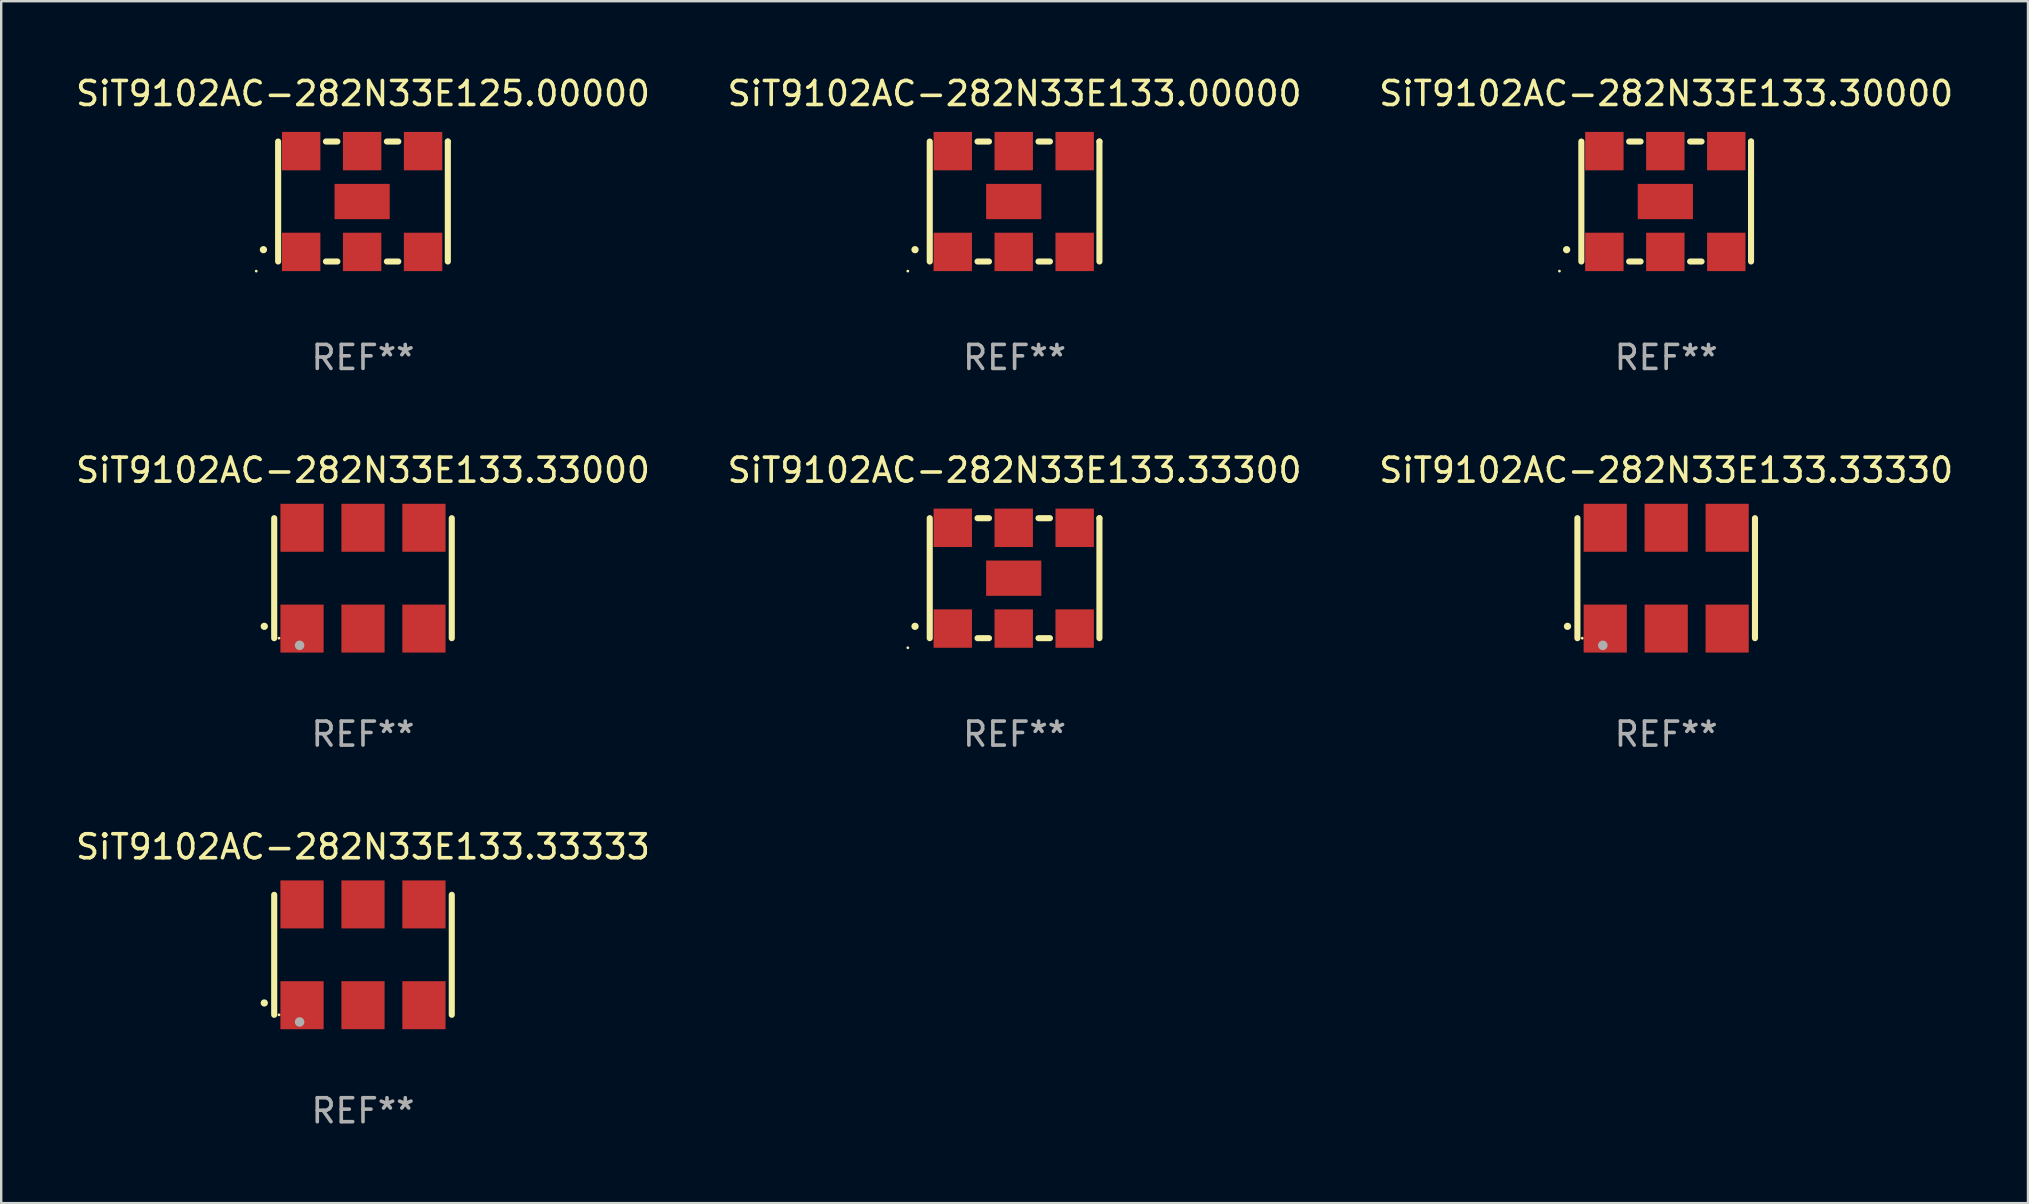
<source format=kicad_pcb>
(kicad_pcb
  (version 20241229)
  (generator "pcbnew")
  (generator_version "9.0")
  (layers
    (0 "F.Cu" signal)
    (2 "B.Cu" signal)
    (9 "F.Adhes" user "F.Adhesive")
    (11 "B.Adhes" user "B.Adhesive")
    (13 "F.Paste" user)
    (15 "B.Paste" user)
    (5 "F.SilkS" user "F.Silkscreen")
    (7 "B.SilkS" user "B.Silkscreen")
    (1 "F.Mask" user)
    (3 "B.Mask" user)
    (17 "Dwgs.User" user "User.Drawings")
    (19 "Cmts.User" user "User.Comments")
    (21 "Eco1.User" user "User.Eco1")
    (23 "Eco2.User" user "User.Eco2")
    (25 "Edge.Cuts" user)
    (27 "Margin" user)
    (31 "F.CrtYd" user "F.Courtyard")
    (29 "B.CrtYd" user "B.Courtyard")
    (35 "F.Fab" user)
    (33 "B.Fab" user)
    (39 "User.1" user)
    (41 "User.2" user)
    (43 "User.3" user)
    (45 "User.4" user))
  (footprint "SiT9102AC-282N33E133.00000"
    (layer "F.Cu")
    (at 39.232 5.348)
    (property "Reference" "SiT9102AC-282N33E133.00000" (at 0 -4.5 0) (layer "F.SilkS") (effects (font (size 1 1) (thickness 0.15))))
    (attr through_hole)
    (fp_line (start -3.536 -2.5) (end -3.536 2.5) (stroke (width 0.254) (type solid)) (layer "F.SilkS"))
    (fp_line (start -1.544 2.5) (end -1.067 2.5) (stroke (width 0.254) (type solid)) (layer "F.SilkS"))
    (fp_line (start -1.067 -2.5) (end -1.544 -2.5) (stroke (width 0.254) (type solid)) (layer "F.SilkS"))
    (fp_line (start 0.996 2.5) (end 1.473 2.5) (stroke (width 0.254) (type solid)) (layer "F.SilkS"))
    (fp_line (start 1.473 -2.5) (end 0.996 -2.5) (stroke (width 0.254) (type solid)) (layer "F.SilkS"))
    (fp_line (start 3.536 -2.5) (end 3.536 -2.5) (stroke (width 0.254) (type solid)) (layer "F.SilkS"))
    (fp_line (start 3.536 2.5) (end 3.536 -2.5) (stroke (width 0.254) (type solid)) (layer "F.SilkS"))
    (fp_arc (start -4.150432 2.006604) (mid -4.149162 2.006599) (end -4.147892 2.006604) (stroke (width 0.3) (type solid)) (layer "F.SilkS"))
    (fp_circle (center -4.449 2.9) (end -4.419 2.9) (stroke (width 0.06) (type solid)) (fill no) (layer "F.SilkS"))
    (fp_text user "REF**" (at 0 6.5 0) (layer "F.Fab") (effects (font (size 1 1) (thickness 0.15))))
    (pad "1" smd rect (at -2.576 2.1) (size 1.6 1.6) (layers "F.Cu" "F.Mask" "F.Paste"))
    (pad "2" smd rect (at -0.036 2.1) (size 1.6 1.6) (layers "F.Cu" "F.Mask" "F.Paste"))
    (pad "3" smd rect (at 2.504 2.1) (size 1.6 1.6) (layers "F.Cu" "F.Mask" "F.Paste"))
    (pad "4" smd rect (at 2.504 -2.1) (size 1.6 1.6) (layers "F.Cu" "F.Mask" "F.Paste"))
    (pad "5" smd rect (at -0.036 -2.1) (size 1.6 1.6) (layers "F.Cu" "F.Mask" "F.Paste"))
    (pad "6" smd rect (at -2.576 -2.1) (size 1.6 1.6) (layers "F.Cu" "F.Mask" "F.Paste"))
    (pad "7" smd rect (at -0.036 0) (size 2.3 1.47) (layers "F.Cu" "F.Mask" "F.Paste")))
  (footprint "SiT9102AC-282N33E133.30000"
    (layer "F.Cu")
    (at 66.387 5.348)
    (property "Reference" "SiT9102AC-282N33E133.30000" (at 0 -4.5 0) (layer "F.SilkS") (effects (font (size 1 1) (thickness 0.15))))
    (attr through_hole)
    (fp_line (start -3.536 -2.5) (end -3.536 2.5) (stroke (width 0.254) (type solid)) (layer "F.SilkS"))
    (fp_line (start -1.544 2.5) (end -1.067 2.5) (stroke (width 0.254) (type solid)) (layer "F.SilkS"))
    (fp_line (start -1.067 -2.5) (end -1.544 -2.5) (stroke (width 0.254) (type solid)) (layer "F.SilkS"))
    (fp_line (start 0.996 2.5) (end 1.473 2.5) (stroke (width 0.254) (type solid)) (layer "F.SilkS"))
    (fp_line (start 1.473 -2.5) (end 0.996 -2.5) (stroke (width 0.254) (type solid)) (layer "F.SilkS"))
    (fp_line (start 3.536 -2.5) (end 3.536 -2.5) (stroke (width 0.254) (type solid)) (layer "F.SilkS"))
    (fp_line (start 3.536 2.5) (end 3.536 -2.5) (stroke (width 0.254) (type solid)) (layer "F.SilkS"))
    (fp_arc (start -4.150432 2.006604) (mid -4.149162 2.006599) (end -4.147892 2.006604) (stroke (width 0.3) (type solid)) (layer "F.SilkS"))
    (fp_circle (center -4.449 2.9) (end -4.419 2.9) (stroke (width 0.06) (type solid)) (fill no) (layer "F.SilkS"))
    (fp_text user "REF**" (at 0 6.5 0) (layer "F.Fab") (effects (font (size 1 1) (thickness 0.15))))
    (pad "1" smd rect (at -2.576 2.1) (size 1.6 1.6) (layers "F.Cu" "F.Mask" "F.Paste"))
    (pad "2" smd rect (at -0.036 2.1) (size 1.6 1.6) (layers "F.Cu" "F.Mask" "F.Paste"))
    (pad "3" smd rect (at 2.504 2.1) (size 1.6 1.6) (layers "F.Cu" "F.Mask" "F.Paste"))
    (pad "4" smd rect (at 2.504 -2.1) (size 1.6 1.6) (layers "F.Cu" "F.Mask" "F.Paste"))
    (pad "5" smd rect (at -0.036 -2.1) (size 1.6 1.6) (layers "F.Cu" "F.Mask" "F.Paste"))
    (pad "6" smd rect (at -2.576 -2.1) (size 1.6 1.6) (layers "F.Cu" "F.Mask" "F.Paste"))
    (pad "7" smd rect (at -0.036 0) (size 2.3 1.47) (layers "F.Cu" "F.Mask" "F.Paste")))
  (footprint "SiT9102AC-282N33E125.00000"
    (layer "F.Cu")
    (at 12.077 5.348)
    (property "Reference" "SiT9102AC-282N33E125.00000" (at 0 -4.5 0) (layer "F.SilkS") (effects (font (size 1 1) (thickness 0.15))))
    (attr through_hole)
    (fp_line (start -3.536 -2.5) (end -3.536 2.5) (stroke (width 0.254) (type solid)) (layer "F.SilkS"))
    (fp_line (start -1.544 2.5) (end -1.067 2.5) (stroke (width 0.254) (type solid)) (layer "F.SilkS"))
    (fp_line (start -1.067 -2.5) (end -1.544 -2.5) (stroke (width 0.254) (type solid)) (layer "F.SilkS"))
    (fp_line (start 0.996 2.5) (end 1.473 2.5) (stroke (width 0.254) (type solid)) (layer "F.SilkS"))
    (fp_line (start 1.473 -2.5) (end 0.996 -2.5) (stroke (width 0.254) (type solid)) (layer "F.SilkS"))
    (fp_line (start 3.536 -2.5) (end 3.536 -2.5) (stroke (width 0.254) (type solid)) (layer "F.SilkS"))
    (fp_line (start 3.536 2.5) (end 3.536 -2.5) (stroke (width 0.254) (type solid)) (layer "F.SilkS"))
    (fp_arc (start -4.150432 2.006604) (mid -4.149162 2.006599) (end -4.147892 2.006604) (stroke (width 0.3) (type solid)) (layer "F.SilkS"))
    (fp_circle (center -4.449 2.9) (end -4.419 2.9) (stroke (width 0.06) (type solid)) (fill no) (layer "F.SilkS"))
    (fp_text user "REF**" (at 0 6.5 0) (layer "F.Fab") (effects (font (size 1 1) (thickness 0.15))))
    (pad "1" smd rect (at -2.576 2.1) (size 1.6 1.6) (layers "F.Cu" "F.Mask" "F.Paste"))
    (pad "2" smd rect (at -0.036 2.1) (size 1.6 1.6) (layers "F.Cu" "F.Mask" "F.Paste"))
    (pad "3" smd rect (at 2.504 2.1) (size 1.6 1.6) (layers "F.Cu" "F.Mask" "F.Paste"))
    (pad "4" smd rect (at 2.504 -2.1) (size 1.6 1.6) (layers "F.Cu" "F.Mask" "F.Paste"))
    (pad "5" smd rect (at -0.036 -2.1) (size 1.6 1.6) (layers "F.Cu" "F.Mask" "F.Paste"))
    (pad "6" smd rect (at -2.576 -2.1) (size 1.6 1.6) (layers "F.Cu" "F.Mask" "F.Paste"))
    (pad "7" smd rect (at -0.036 0) (size 2.3 1.47) (layers "F.Cu" "F.Mask" "F.Paste")))
  (footprint "SiT9102AC-282N33E133.33300"
    (layer "F.Cu")
    (at 39.232 21.045)
    (property "Reference" "SiT9102AC-282N33E133.33300" (at 0 -4.5 0) (layer "F.SilkS") (effects (font (size 1 1) (thickness 0.15))))
    (attr through_hole)
    (fp_line (start -3.536 -2.5) (end -3.536 2.5) (stroke (width 0.254) (type solid)) (layer "F.SilkS"))
    (fp_line (start -1.544 2.5) (end -1.067 2.5) (stroke (width 0.254) (type solid)) (layer "F.SilkS"))
    (fp_line (start -1.067 -2.5) (end -1.544 -2.5) (stroke (width 0.254) (type solid)) (layer "F.SilkS"))
    (fp_line (start 0.996 2.5) (end 1.473 2.5) (stroke (width 0.254) (type solid)) (layer "F.SilkS"))
    (fp_line (start 1.473 -2.5) (end 0.996 -2.5) (stroke (width 0.254) (type solid)) (layer "F.SilkS"))
    (fp_line (start 3.536 -2.5) (end 3.536 -2.5) (stroke (width 0.254) (type solid)) (layer "F.SilkS"))
    (fp_line (start 3.536 2.5) (end 3.536 -2.5) (stroke (width 0.254) (type solid)) (layer "F.SilkS"))
    (fp_arc (start -4.150432 2.006604) (mid -4.149162 2.006599) (end -4.147892 2.006604) (stroke (width 0.3) (type solid)) (layer "F.SilkS"))
    (fp_circle (center -4.449 2.9) (end -4.419 2.9) (stroke (width 0.06) (type solid)) (fill no) (layer "F.SilkS"))
    (fp_text user "REF**" (at 0 6.5 0) (layer "F.Fab") (effects (font (size 1 1) (thickness 0.15))))
    (pad "1" smd rect (at -2.576 2.1) (size 1.6 1.6) (layers "F.Cu" "F.Mask" "F.Paste"))
    (pad "2" smd rect (at -0.036 2.1) (size 1.6 1.6) (layers "F.Cu" "F.Mask" "F.Paste"))
    (pad "3" smd rect (at 2.504 2.1) (size 1.6 1.6) (layers "F.Cu" "F.Mask" "F.Paste"))
    (pad "4" smd rect (at 2.504 -2.1) (size 1.6 1.6) (layers "F.Cu" "F.Mask" "F.Paste"))
    (pad "5" smd rect (at -0.036 -2.1) (size 1.6 1.6) (layers "F.Cu" "F.Mask" "F.Paste"))
    (pad "6" smd rect (at -2.576 -2.1) (size 1.6 1.6) (layers "F.Cu" "F.Mask" "F.Paste"))
    (pad "7" smd rect (at -0.036 0) (size 2.3 1.47) (layers "F.Cu" "F.Mask" "F.Paste")))
  (footprint "SiT9102AC-282N33E133.33330"
    (layer "F.Cu")
    (at 66.387 21.045)
    (property "Reference" "SiT9102AC-282N33E133.33330" (at 0 -4.5 0) (layer "F.SilkS") (effects (font (size 1 1) (thickness 0.15))))
    (attr through_hole)
    (fp_line (start -3.7 -2.5) (end -3.7 2.5) (stroke (width 0.254) (type solid)) (layer "F.SilkS"))
    (fp_line (start 3.7 -2.5) (end 3.7 2.5) (stroke (width 0.254) (type solid)) (layer "F.SilkS"))
    (fp_arc (start -4.114415 2.006604) (mid -4.113145 2.006599) (end -4.111875 2.006604) (stroke (width 0.3) (type solid)) (layer "F.SilkS"))
    (fp_circle (center -3.5 2.501) (end -3.47 2.501) (stroke (width 0.06) (type solid)) (fill no) (layer "F.SilkS"))
    (fp_circle (center -2.641 2.799) (end -2.541 2.799) (stroke (width 0.2) (type solid)) (fill no) (layer "F.Fab"))
    (fp_text user "REF**" (at 0 6.5 0) (layer "F.Fab") (effects (font (size 1 1) (thickness 0.15))))
    (pad "1" smd rect (at -2.54 2.1) (size 1.8 2) (layers "F.Cu" "F.Mask" "F.Paste"))
    (pad "2" smd rect (at 0.000394 2.1) (size 1.8 2) (layers "F.Cu" "F.Mask" "F.Paste"))
    (pad "3" smd rect (at 2.54 2.1) (size 1.8 2) (layers "F.Cu" "F.Mask" "F.Paste"))
    (pad "4" smd rect (at 2.54 -2.1) (size 1.8 2) (layers "F.Cu" "F.Mask" "F.Paste"))
    (pad "5" smd rect (at 0.000394 -2.1) (size 1.8 2) (layers "F.Cu" "F.Mask" "F.Paste"))
    (pad "6" smd rect (at -2.54 -2.1) (size 1.8 2) (layers "F.Cu" "F.Mask" "F.Paste")))
  (footprint "SiT9102AC-282N33E133.33000"
    (layer "F.Cu")
    (at 12.077 21.045)
    (property "Reference" "SiT9102AC-282N33E133.33000" (at 0 -4.5 0) (layer "F.SilkS") (effects (font (size 1 1) (thickness 0.15))))
    (attr through_hole)
    (fp_line (start -3.7 -2.5) (end -3.7 2.5) (stroke (width 0.254) (type solid)) (layer "F.SilkS"))
    (fp_line (start 3.7 -2.5) (end 3.7 2.5) (stroke (width 0.254) (type solid)) (layer "F.SilkS"))
    (fp_arc (start -4.114415 2.006604) (mid -4.113145 2.006599) (end -4.111875 2.006604) (stroke (width 0.3) (type solid)) (layer "F.SilkS"))
    (fp_circle (center -3.5 2.501) (end -3.47 2.501) (stroke (width 0.06) (type solid)) (fill no) (layer "F.SilkS"))
    (fp_circle (center -2.641 2.799) (end -2.541 2.799) (stroke (width 0.2) (type solid)) (fill no) (layer "F.Fab"))
    (fp_text user "REF**" (at 0 6.5 0) (layer "F.Fab") (effects (font (size 1 1) (thickness 0.15))))
    (pad "1" smd rect (at -2.54 2.1) (size 1.8 2) (layers "F.Cu" "F.Mask" "F.Paste"))
    (pad "2" smd rect (at 0.000394 2.1) (size 1.8 2) (layers "F.Cu" "F.Mask" "F.Paste"))
    (pad "3" smd rect (at 2.54 2.1) (size 1.8 2) (layers "F.Cu" "F.Mask" "F.Paste"))
    (pad "4" smd rect (at 2.54 -2.1) (size 1.8 2) (layers "F.Cu" "F.Mask" "F.Paste"))
    (pad "5" smd rect (at 0.000394 -2.1) (size 1.8 2) (layers "F.Cu" "F.Mask" "F.Paste"))
    (pad "6" smd rect (at -2.54 -2.1) (size 1.8 2) (layers "F.Cu" "F.Mask" "F.Paste")))
  (footprint "SiT9102AC-282N33E133.33333"
    (layer "F.Cu")
    (at 12.077 36.741)
    (property "Reference" "SiT9102AC-282N33E133.33333" (at 0 -4.5 0) (layer "F.SilkS") (effects (font (size 1 1) (thickness 0.15))))
    (attr through_hole)
    (fp_line (start -3.7 -2.5) (end -3.7 2.5) (stroke (width 0.254) (type solid)) (layer "F.SilkS"))
    (fp_line (start 3.7 -2.5) (end 3.7 2.5) (stroke (width 0.254) (type solid)) (layer "F.SilkS"))
    (fp_arc (start -4.114415 2.006604) (mid -4.113145 2.006599) (end -4.111875 2.006604) (stroke (width 0.3) (type solid)) (layer "F.SilkS"))
    (fp_circle (center -3.5 2.501) (end -3.47 2.501) (stroke (width 0.06) (type solid)) (fill no) (layer "F.SilkS"))
    (fp_circle (center -2.641 2.799) (end -2.541 2.799) (stroke (width 0.2) (type solid)) (fill no) (layer "F.Fab"))
    (fp_text user "REF**" (at 0 6.5 0) (layer "F.Fab") (effects (font (size 1 1) (thickness 0.15))))
    (pad "1" smd rect (at -2.54 2.1) (size 1.8 2) (layers "F.Cu" "F.Mask" "F.Paste"))
    (pad "2" smd rect (at 0.000394 2.1) (size 1.8 2) (layers "F.Cu" "F.Mask" "F.Paste"))
    (pad "3" smd rect (at 2.54 2.1) (size 1.8 2) (layers "F.Cu" "F.Mask" "F.Paste"))
    (pad "4" smd rect (at 2.54 -2.1) (size 1.8 2) (layers "F.Cu" "F.Mask" "F.Paste"))
    (pad "5" smd rect (at 0.000394 -2.1) (size 1.8 2) (layers "F.Cu" "F.Mask" "F.Paste"))
    (pad "6" smd rect (at -2.54 -2.1) (size 1.8 2) (layers "F.Cu" "F.Mask" "F.Paste")))
  (gr_rect
    (start -3 -3)
    (end 81.464 47.09)
    (stroke (width 0.1) (type default))
    (fill no)
    (layer "Edge.Cuts")))
</source>
